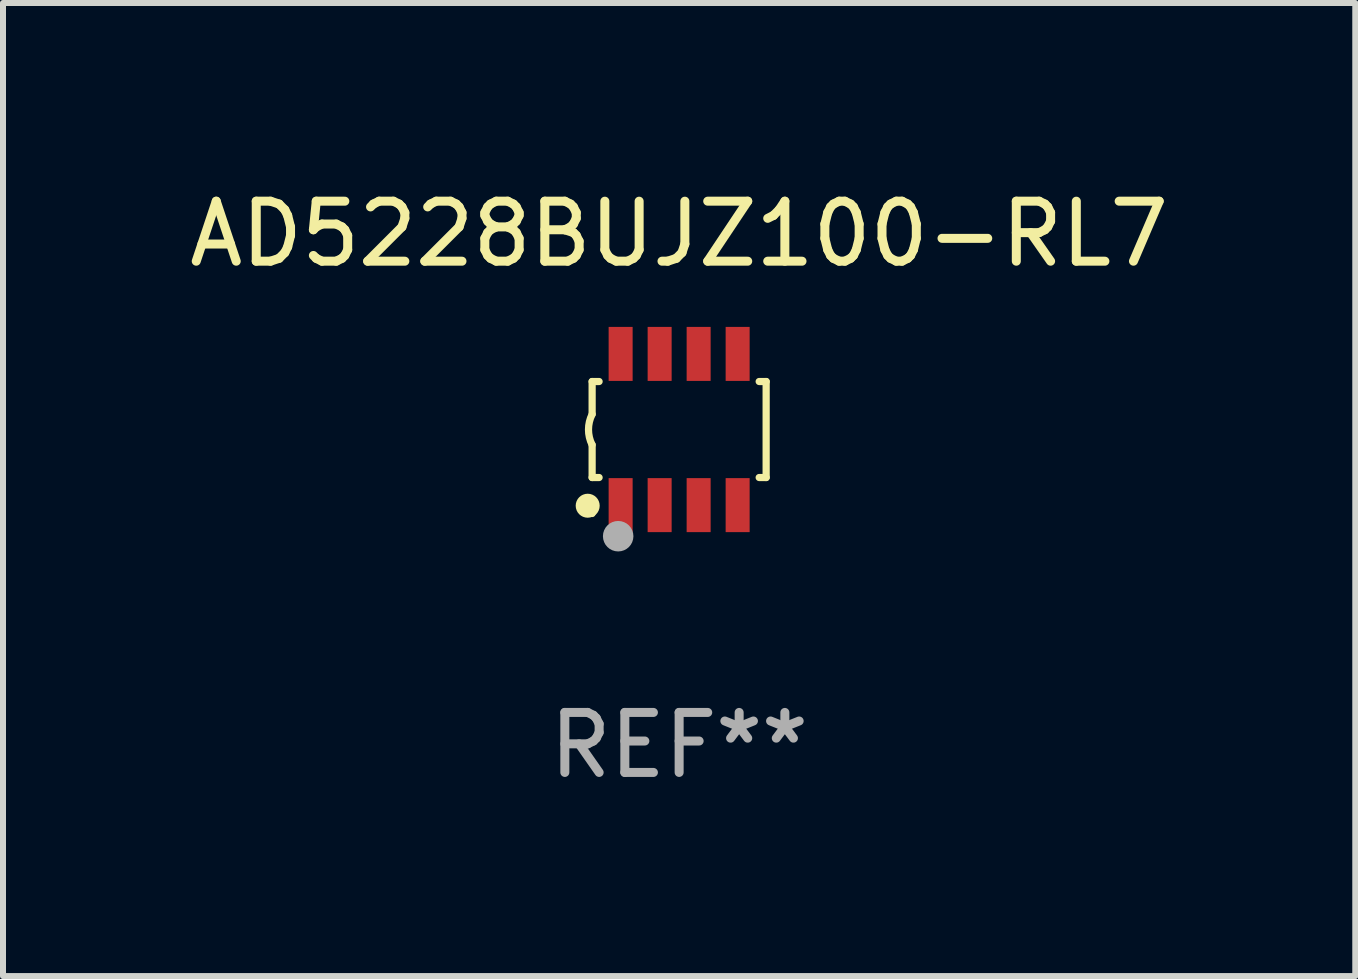
<source format=kicad_pcb>
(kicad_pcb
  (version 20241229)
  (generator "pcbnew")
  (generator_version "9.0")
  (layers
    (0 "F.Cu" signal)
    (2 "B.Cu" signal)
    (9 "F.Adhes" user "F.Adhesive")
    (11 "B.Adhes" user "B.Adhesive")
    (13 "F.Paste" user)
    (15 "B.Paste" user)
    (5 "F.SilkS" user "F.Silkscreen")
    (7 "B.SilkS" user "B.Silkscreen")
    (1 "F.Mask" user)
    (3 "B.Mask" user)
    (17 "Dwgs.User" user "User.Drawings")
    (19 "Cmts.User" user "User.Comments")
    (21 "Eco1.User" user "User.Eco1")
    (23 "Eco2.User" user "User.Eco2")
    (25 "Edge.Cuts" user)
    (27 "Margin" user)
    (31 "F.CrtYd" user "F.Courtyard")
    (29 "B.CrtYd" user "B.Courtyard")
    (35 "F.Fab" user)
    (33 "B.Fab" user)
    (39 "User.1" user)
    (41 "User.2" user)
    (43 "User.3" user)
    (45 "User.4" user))
  (footprint "AD5228BUJZ100-RL7"
    (layer "F.Cu")
    (at 8.268 4.108)
    (property "Reference" "AD5228BUJZ100-RL7" (at 0 -3.26 0) (layer "F.SilkS") (effects (font (size 1 1) (thickness 0.15))))
    (attr through_hole)
    (fp_line (start -1.45 -0.8) (end -1.45 -0.254) (stroke (width 0.12) (type solid)) (layer "F.SilkS"))
    (fp_line (start -1.45 -0.8) (end -1.334 -0.8) (stroke (width 0.12) (type solid)) (layer "F.SilkS"))
    (fp_line (start -1.45 0.8) (end -1.45 0.254) (stroke (width 0.12) (type solid)) (layer "F.SilkS"))
    (fp_line (start -1.45 0.8) (end -1.334 0.8) (stroke (width 0.12) (type solid)) (layer "F.SilkS"))
    (fp_line (start 1.334 -0.8) (end 1.45 -0.8) (stroke (width 0.12) (type solid)) (layer "F.SilkS"))
    (fp_line (start 1.334 0.8) (end 1.45 0.8) (stroke (width 0.12) (type solid)) (layer "F.SilkS"))
    (fp_line (start 1.45 0.8) (end 1.45 -0.8) (stroke (width 0.12) (type solid)) (layer "F.SilkS"))
    (fp_arc (start -1.45075 0.255144) (mid -1.510605 0.000434) (end -1.450013 -0.254102) (stroke (width 0.11999) (type solid)) (layer "F.SilkS"))
    (fp_circle (center -1.524 1.27) (end -1.424 1.27) (stroke (width 0.2) (type solid)) (fill no) (layer "F.SilkS"))
    (fp_circle (center -1.45 1.4) (end -1.42 1.4) (stroke (width 0.06) (type solid)) (fill no) (layer "F.SilkS"))
    (fp_circle (center -1.016 1.778) (end -0.889 1.778) (stroke (width 0.254) (type solid)) (fill no) (layer "F.Fab"))
    (fp_text user "REF**" (at 0 5.26 0) (layer "F.Fab") (effects (font (size 1 1) (thickness 0.15))))
    (pad "1" smd rect (at -0.975 1.26) (size 0.4 0.9) (layers "F.Cu" "F.Mask" "F.Paste"))
    (pad "2" smd rect (at -0.325 1.26) (size 0.4 0.9) (layers "F.Cu" "F.Mask" "F.Paste"))
    (pad "3" smd rect (at 0.325 1.26) (size 0.4 0.9) (layers "F.Cu" "F.Mask" "F.Paste"))
    (pad "4" smd rect (at 0.975 1.26) (size 0.4 0.9) (layers "F.Cu" "F.Mask" "F.Paste"))
    (pad "5" smd rect (at 0.975 -1.26) (size 0.4 0.9) (layers "F.Cu" "F.Mask" "F.Paste"))
    (pad "6" smd rect (at 0.325 -1.26) (size 0.4 0.9) (layers "F.Cu" "F.Mask" "F.Paste"))
    (pad "7" smd rect (at -0.325 -1.26) (size 0.4 0.9) (layers "F.Cu" "F.Mask" "F.Paste"))
    (pad "8" smd rect (at -0.975 -1.26) (size 0.4 0.9) (layers "F.Cu" "F.Mask" "F.Paste")))
  (gr_rect
    (start -3 -3)
    (end 19.536 13.216)
    (stroke (width 0.1) (type default))
    (fill no)
    (layer "Edge.Cuts")))
</source>
